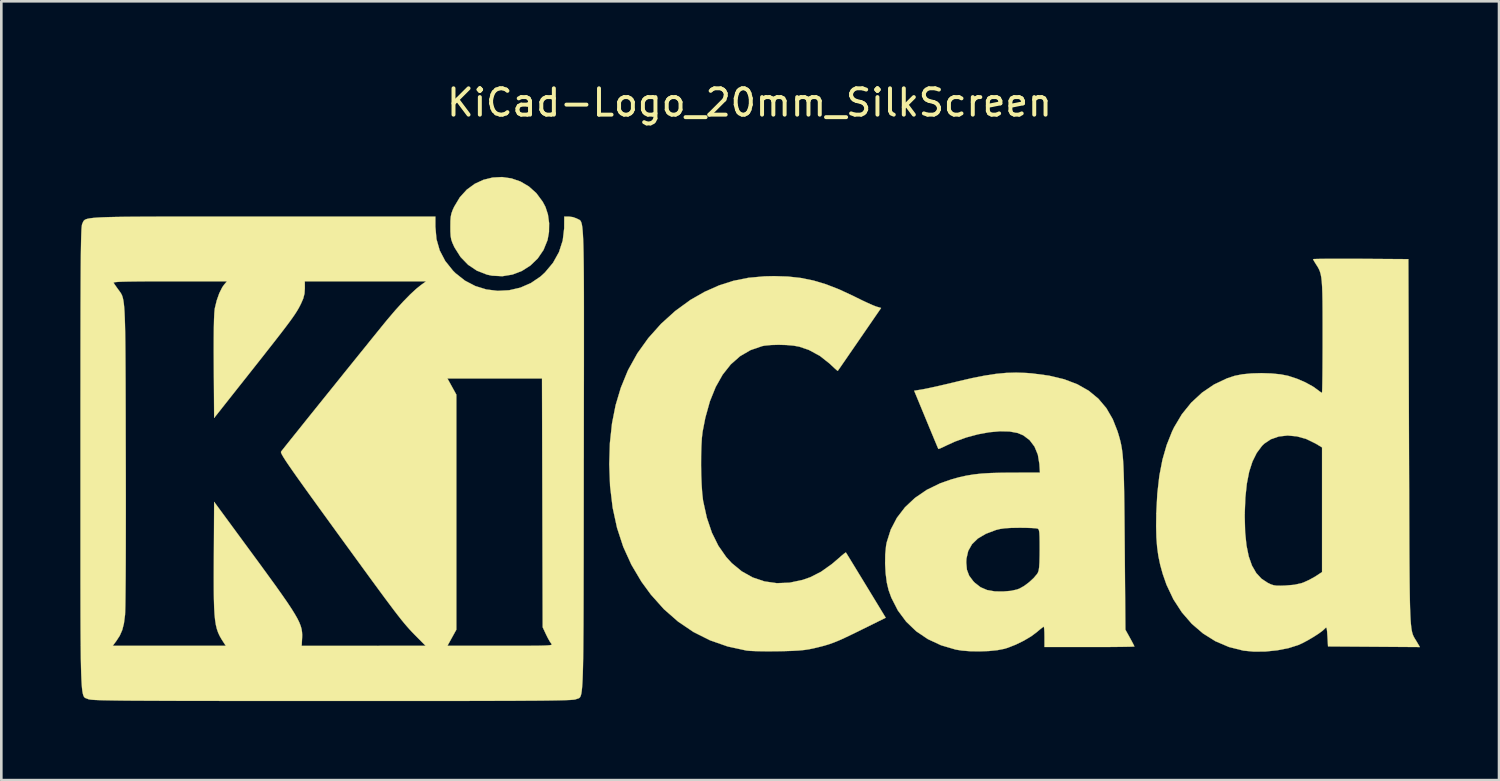
<source format=kicad_pcb>
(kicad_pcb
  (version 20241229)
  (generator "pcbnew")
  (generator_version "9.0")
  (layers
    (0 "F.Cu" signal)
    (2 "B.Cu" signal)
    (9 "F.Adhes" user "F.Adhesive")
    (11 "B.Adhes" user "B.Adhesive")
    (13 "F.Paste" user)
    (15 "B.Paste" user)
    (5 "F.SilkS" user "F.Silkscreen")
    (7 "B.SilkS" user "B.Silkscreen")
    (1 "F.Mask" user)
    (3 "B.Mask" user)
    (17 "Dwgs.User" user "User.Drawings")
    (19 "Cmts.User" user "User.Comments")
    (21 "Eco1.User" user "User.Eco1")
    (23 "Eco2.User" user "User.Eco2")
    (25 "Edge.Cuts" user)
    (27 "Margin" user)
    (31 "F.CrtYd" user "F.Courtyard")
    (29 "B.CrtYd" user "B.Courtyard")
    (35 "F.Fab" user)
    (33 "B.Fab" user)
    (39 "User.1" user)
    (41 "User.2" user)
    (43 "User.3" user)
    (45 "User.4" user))
  (footprint "KiCad-Logo_20mm_SilkScreen"
    (layer "F.Cu")
    (at 25.405 13.548)
    (property "Reference" "KiCad-Logo_20mm_SilkScreen" (at 0 -12.7 0) (layer "F.SilkS") (effects (font (size 1 1) (thickness 0.15))))
    (attr exclude_from_pos_files exclude_from_bom allow_missing_courtyard)
    (fp_poly (pts (xy -9.038 -9.825) (xy -8.696 -9.707) (xy -8.378 -9.52) (xy -8.094 -9.266) (xy -7.854 -8.943) (xy -7.746 -8.74) (xy -7.653 -8.455) (xy -7.608 -8.127) (xy -7.613 -7.79) (xy -7.668 -7.484) (xy -7.82 -7.11) (xy -8.04 -6.786) (xy -8.318 -6.518) (xy -8.641 -6.312) (xy -8.999 -6.175) (xy -9.381 -6.112) (xy -9.775 -6.132) (xy -9.969 -6.173) (xy -10.347 -6.32) (xy -10.683 -6.545) (xy -10.969 -6.84) (xy -11.196 -7.198) (xy -11.216 -7.238) (xy -11.282 -7.385) (xy -11.324 -7.508) (xy -11.346 -7.639) (xy -11.356 -7.807) (xy -11.357 -7.989) (xy -11.355 -8.208) (xy -11.343 -8.366) (xy -11.317 -8.494) (xy -11.271 -8.622) (xy -11.213 -8.748) (xy -10.999 -9.106) (xy -10.735 -9.397) (xy -10.432 -9.619) (xy -10.101 -9.772) (xy -9.751 -9.858) (xy -9.393 -9.876) (xy -9.038 -9.825)) (stroke (width 0.01) (type solid)) (fill yes) (layer "F.SilkS"))
    (fp_poly (pts (xy 1.459 -6.099) (xy 1.95 -6.045) (xy 2.425 -5.949) (xy 2.905 -5.805) (xy 3.408 -5.609) (xy 3.953 -5.355) (xy 4.052 -5.306) (xy 4.277 -5.195) (xy 4.49 -5.095) (xy 4.669 -5.016) (xy 4.793 -4.966) (xy 4.812 -4.96) (xy 4.995 -4.905) (xy 4.177 -3.716) (xy 3.977 -3.425) (xy 3.794 -3.16) (xy 3.635 -2.928) (xy 3.505 -2.74) (xy 3.411 -2.604) (xy 3.359 -2.529) (xy 3.35 -2.517) (xy 3.316 -2.541) (xy 3.231 -2.616) (xy 3.112 -2.727) (xy 3.046 -2.79) (xy 2.671 -3.087) (xy 2.251 -3.314) (xy 1.889 -3.437) (xy 1.672 -3.476) (xy 1.399 -3.5) (xy 1.105 -3.508) (xy 0.819 -3.5) (xy 0.574 -3.476) (xy 0.477 -3.457) (xy 0.037 -3.306) (xy -0.359 -3.075) (xy -0.712 -2.764) (xy -1.02 -2.375) (xy -1.284 -1.907) (xy -1.504 -1.362) (xy -1.678 -0.738) (xy -1.782 -0.205) (xy -1.809 0.031) (xy -1.827 0.335) (xy -1.837 0.686) (xy -1.839 1.062) (xy -1.833 1.442) (xy -1.818 1.802) (xy -1.796 2.122) (xy -1.767 2.38) (xy -1.761 2.42) (xy -1.62 3.06) (xy -1.428 3.626) (xy -1.183 4.122) (xy -0.885 4.549) (xy -0.674 4.78) (xy -0.294 5.093) (xy 0.122 5.325) (xy 0.569 5.475) (xy 1.038 5.542) (xy 1.522 5.523) (xy 2.016 5.418) (xy 2.307 5.316) (xy 2.711 5.111) (xy 3.127 4.816) (xy 3.36 4.617) (xy 3.491 4.502) (xy 3.593 4.418) (xy 3.652 4.377) (xy 3.659 4.376) (xy 3.685 4.417) (xy 3.753 4.527) (xy 3.856 4.696) (xy 3.99 4.915) (xy 4.147 5.173) (xy 4.324 5.462) (xy 4.422 5.623) (xy 5.171 6.854) (xy 4.236 7.316) (xy 3.897 7.482) (xy 3.623 7.613) (xy 3.397 7.715) (xy 3.201 7.795) (xy 3.019 7.86) (xy 2.835 7.916) (xy 2.631 7.968) (xy 2.435 8.015) (xy 2.261 8.051) (xy 2.08 8.078) (xy 1.872 8.098) (xy 1.62 8.112) (xy 1.305 8.122) (xy 1.092 8.126) (xy 0.79 8.129) (xy 0.499 8.128) (xy 0.241 8.122) (xy 0.033 8.113) (xy -0.105 8.101) (xy -0.113 8.1) (xy -0.828 7.945) (xy -1.499 7.711) (xy -2.127 7.396) (xy -2.71 7.002) (xy -3.25 6.529) (xy -3.744 5.976) (xy -4.103 5.485) (xy -4.484 4.842) (xy -4.793 4.163) (xy -5.029 3.443) (xy -5.196 2.675) (xy -5.294 1.855) (xy -5.325 1.023) (xy -5.3 0.218) (xy -5.22 -0.525) (xy -5.083 -1.218) (xy -4.887 -1.874) (xy -4.629 -2.506) (xy -4.598 -2.571) (xy -4.258 -3.183) (xy -3.841 -3.764) (xy -3.358 -4.305) (xy -2.821 -4.791) (xy -2.243 -5.212) (xy -1.703 -5.52) (xy -1.158 -5.762) (xy -0.613 -5.937) (xy -0.044 -6.051) (xy 0.567 -6.107) (xy 0.933 -6.115) (xy 1.459 -6.099)) (stroke (width 0.01) (type solid)) (fill yes) (layer "F.SilkS"))
    (fp_poly (pts (xy 22.685 -6.774) (xy 23.072 -6.772) (xy 23.204 -6.772) (xy 25.013 -6.76) (xy 25.036 0.182) (xy 25.039 1.123) (xy 25.042 1.978) (xy 25.044 2.751) (xy 25.047 3.445) (xy 25.049 4.067) (xy 25.052 4.619) (xy 25.056 5.107) (xy 25.06 5.535) (xy 25.065 5.907) (xy 25.071 6.228) (xy 25.078 6.502) (xy 25.087 6.734) (xy 25.097 6.928) (xy 25.109 7.088) (xy 25.123 7.219) (xy 25.139 7.325) (xy 25.157 7.411) (xy 25.178 7.482) (xy 25.201 7.54) (xy 25.227 7.592) (xy 25.255 7.641) (xy 25.287 7.692) (xy 25.322 7.749) (xy 25.329 7.761) (xy 25.45 7.967) (xy 21.963 7.943) (xy 21.941 7.56) (xy 21.928 7.376) (xy 21.915 7.27) (xy 21.898 7.228) (xy 21.871 7.237) (xy 21.849 7.261) (xy 21.754 7.349) (xy 21.598 7.463) (xy 21.403 7.588) (xy 21.192 7.712) (xy 20.987 7.82) (xy 20.83 7.891) (xy 20.46 8.008) (xy 20.037 8.09) (xy 19.59 8.136) (xy 19.152 8.141) (xy 18.753 8.103) (xy 18.746 8.101) (xy 18.2 7.964) (xy 17.689 7.746) (xy 17.218 7.451) (xy 16.791 7.085) (xy 16.415 6.651) (xy 16.092 6.154) (xy 15.83 5.6) (xy 15.687 5.189) (xy 15.592 4.846) (xy 15.522 4.513) (xy 15.475 4.171) (xy 15.447 3.8) (xy 15.437 3.378) (xy 15.442 3.034) (xy 18.801 3.034) (xy 18.816 3.611) (xy 18.867 4.107) (xy 18.953 4.528) (xy 19.076 4.876) (xy 19.238 5.157) (xy 19.44 5.375) (xy 19.674 5.529) (xy 19.796 5.587) (xy 19.901 5.621) (xy 20.019 5.637) (xy 20.177 5.638) (xy 20.347 5.632) (xy 20.682 5.603) (xy 20.947 5.545) (xy 21.03 5.516) (xy 21.22 5.43) (xy 21.421 5.323) (xy 21.508 5.269) (xy 21.736 5.12) (xy 21.736 0.388) (xy 21.485 0.238) (xy 21.136 0.068) (xy 20.779 -0.032) (xy 20.428 -0.064) (xy 20.095 -0.027) (xy 19.794 0.077) (xy 19.538 0.248) (xy 19.455 0.33) (xy 19.255 0.599) (xy 19.094 0.924) (xy 18.969 1.312) (xy 18.88 1.767) (xy 18.824 2.296) (xy 18.801 2.903) (xy 18.801 3.034) (xy 15.442 3.034) (xy 15.443 2.891) (xy 15.482 2.142) (xy 15.559 1.466) (xy 15.677 0.854) (xy 15.838 0.295) (xy 16.043 -0.219) (xy 16.117 -0.372) (xy 16.413 -0.87) (xy 16.77 -1.312) (xy 17.18 -1.691) (xy 17.636 -2.001) (xy 18.128 -2.234) (xy 18.422 -2.331) (xy 18.712 -2.388) (xy 19.06 -2.422) (xy 19.438 -2.432) (xy 19.817 -2.42) (xy 20.166 -2.385) (xy 20.447 -2.33) (xy 20.781 -2.221) (xy 21.105 -2.081) (xy 21.389 -1.925) (xy 21.54 -1.818) (xy 21.644 -1.739) (xy 21.716 -1.691) (xy 21.733 -1.684) (xy 21.738 -1.728) (xy 21.743 -1.854) (xy 21.747 -2.054) (xy 21.751 -2.318) (xy 21.754 -2.637) (xy 21.756 -3.002) (xy 21.758 -3.406) (xy 21.758 -3.816) (xy 21.758 -4.343) (xy 21.757 -4.786) (xy 21.754 -5.156) (xy 21.748 -5.46) (xy 21.739 -5.706) (xy 21.726 -5.905) (xy 21.708 -6.063) (xy 21.684 -6.189) (xy 21.654 -6.292) (xy 21.617 -6.381) (xy 21.572 -6.463) (xy 21.518 -6.548) (xy 21.511 -6.558) (xy 21.442 -6.668) (xy 21.4 -6.743) (xy 21.394 -6.759) (xy 21.438 -6.764) (xy 21.563 -6.768) (xy 21.76 -6.771) (xy 22.019 -6.773) (xy 22.331 -6.774) (xy 22.685 -6.774)) (stroke (width 0.01) (type solid)) (fill yes) (layer "F.SilkS"))
    (fp_poly (pts (xy 10.502 -2.439) (xy 10.727 -2.422) (xy 11.372 -2.336) (xy 11.944 -2.2) (xy 12.444 -2.01) (xy 12.876 -1.765) (xy 13.243 -1.463) (xy 13.547 -1.103) (xy 13.791 -0.683) (xy 13.97 -0.228) (xy 14.015 -0.082) (xy 14.054 0.054) (xy 14.088 0.188) (xy 14.117 0.327) (xy 14.142 0.479) (xy 14.163 0.651) (xy 14.18 0.851) (xy 14.194 1.085) (xy 14.205 1.362) (xy 14.215 1.687) (xy 14.222 2.069) (xy 14.229 2.516) (xy 14.235 3.033) (xy 14.24 3.629) (xy 14.244 4.097) (xy 14.27 7.306) (xy 14.441 7.615) (xy 14.522 7.764) (xy 14.582 7.879) (xy 14.611 7.941) (xy 14.612 7.945) (xy 14.568 7.95) (xy 14.443 7.954) (xy 14.247 7.958) (xy 13.99 7.961) (xy 13.681 7.964) (xy 13.331 7.965) (xy 12.95 7.966) (xy 12.905 7.966) (xy 11.198 7.966) (xy 11.198 7.579) (xy 11.195 7.404) (xy 11.187 7.27) (xy 11.176 7.199) (xy 11.171 7.192) (xy 11.126 7.22) (xy 11.033 7.293) (xy 10.912 7.395) (xy 10.909 7.398) (xy 10.689 7.562) (xy 10.41 7.727) (xy 10.105 7.876) (xy 9.805 7.994) (xy 9.673 8.034) (xy 9.41 8.085) (xy 9.087 8.118) (xy 8.735 8.131) (xy 8.381 8.126) (xy 8.057 8.1) (xy 7.829 8.063) (xy 7.272 7.899) (xy 6.771 7.666) (xy 6.328 7.367) (xy 5.948 7.003) (xy 5.633 6.579) (xy 5.386 6.096) (xy 5.28 5.804) (xy 5.213 5.519) (xy 5.169 5.178) (xy 5.148 4.811) (xy 5.149 4.757) (xy 8.228 4.757) (xy 8.253 5.03) (xy 8.338 5.257) (xy 8.495 5.467) (xy 8.556 5.529) (xy 8.77 5.695) (xy 9.018 5.802) (xy 9.315 5.854) (xy 9.628 5.858) (xy 9.925 5.833) (xy 10.152 5.783) (xy 10.251 5.746) (xy 10.428 5.646) (xy 10.617 5.504) (xy 10.789 5.345) (xy 10.917 5.193) (xy 10.951 5.137) (xy 10.977 5.059) (xy 10.996 4.934) (xy 11.008 4.751) (xy 11.014 4.498) (xy 11.016 4.257) (xy 11.015 3.976) (xy 11.011 3.773) (xy 11.004 3.634) (xy 10.991 3.547) (xy 10.972 3.498) (xy 10.945 3.473) (xy 10.936 3.469) (xy 10.863 3.457) (xy 10.718 3.448) (xy 10.521 3.441) (xy 10.292 3.438) (xy 10.242 3.438) (xy 9.936 3.443) (xy 9.699 3.457) (xy 9.511 3.484) (xy 9.356 3.522) (xy 8.97 3.668) (xy 8.668 3.847) (xy 8.447 4.062) (xy 8.303 4.317) (xy 8.235 4.613) (xy 8.228 4.757) (xy 5.149 4.757) (xy 5.153 4.45) (xy 5.184 4.126) (xy 5.208 3.995) (xy 5.361 3.51) (xy 5.594 3.063) (xy 5.903 2.66) (xy 6.283 2.304) (xy 6.729 1.999) (xy 7.238 1.751) (xy 7.67 1.6) (xy 7.959 1.52) (xy 8.235 1.459) (xy 8.517 1.413) (xy 8.822 1.38) (xy 9.168 1.36) (xy 9.573 1.349) (xy 9.94 1.346) (xy 11.026 1.343) (xy 11.005 1.016) (xy 10.946 0.662) (xy 10.82 0.358) (xy 10.633 0.11) (xy 10.391 -0.072) (xy 10.177 -0.161) (xy 9.87 -0.217) (xy 9.506 -0.225) (xy 9.1 -0.188) (xy 8.67 -0.109) (xy 8.232 0.009) (xy 7.805 0.164) (xy 7.495 0.305) (xy 7.345 0.377) (xy 7.231 0.428) (xy 7.173 0.447) (xy 7.17 0.447) (xy 7.15 0.403) (xy 7.1 0.285) (xy 7.025 0.106) (xy 6.93 -0.123) (xy 6.818 -0.392) (xy 6.705 -0.666) (xy 6.251 -1.764) (xy 6.574 -1.817) (xy 6.714 -1.844) (xy 6.924 -1.889) (xy 7.186 -1.947) (xy 7.483 -2.016) (xy 7.796 -2.09) (xy 7.92 -2.121) (xy 8.46 -2.246) (xy 8.932 -2.339) (xy 9.355 -2.404) (xy 9.745 -2.441) (xy 10.122 -2.452) (xy 10.502 -2.439)) (stroke (width 0.01) (type solid)) (fill yes) (layer "F.SilkS"))
    (fp_poly (pts (xy -19.746 -8.376) (xy -18.869 -8.376) (xy -18.461 -8.376) (xy -11.926 -8.376) (xy -11.926 -7.99) (xy -11.885 -7.522) (xy -11.761 -7.089) (xy -11.553 -6.691) (xy -11.259 -6.324) (xy -11.16 -6.225) (xy -10.803 -5.943) (xy -10.409 -5.738) (xy -9.991 -5.609) (xy -9.559 -5.556) (xy -9.126 -5.579) (xy -8.702 -5.677) (xy -8.301 -5.851) (xy -7.933 -6.101) (xy -7.768 -6.252) (xy -7.46 -6.621) (xy -7.234 -7.027) (xy -7.092 -7.466) (xy -7.036 -7.931) (xy -7.036 -7.977) (xy -7.033 -8.376) (xy -6.858 -8.376) (xy -6.702 -8.355) (xy -6.561 -8.303) (xy -6.551 -8.298) (xy -6.519 -8.281) (xy -6.49 -8.268) (xy -6.463 -8.255) (xy -6.438 -8.238) (xy -6.416 -8.214) (xy -6.396 -8.178) (xy -6.378 -8.127) (xy -6.362 -8.057) (xy -6.348 -7.964) (xy -6.336 -7.845) (xy -6.325 -7.695) (xy -6.316 -7.512) (xy -6.308 -7.29) (xy -6.302 -7.027) (xy -6.297 -6.719) (xy -6.293 -6.361) (xy -6.29 -5.951) (xy -6.288 -5.484) (xy -6.287 -4.957) (xy -6.287 -4.365) (xy -6.287 -3.705) (xy -6.287 -2.974) (xy -6.288 -2.167) (xy -6.29 -1.281) (xy -6.291 -0.312) (xy -6.292 0.744) (xy -6.293 0.873) (xy -6.294 1.935) (xy -6.295 2.911) (xy -6.296 3.803) (xy -6.297 4.615) (xy -6.299 5.352) (xy -6.3 6.016) (xy -6.302 6.611) (xy -6.304 7.142) (xy -6.308 7.613) (xy -6.311 8.026) (xy -6.316 8.385) (xy -6.322 8.695) (xy -6.329 8.96) (xy -6.337 9.182) (xy -6.347 9.366) (xy -6.358 9.515) (xy -6.37 9.634) (xy -6.384 9.726) (xy -6.401 9.795) (xy -6.419 9.844) (xy -6.439 9.877) (xy -6.462 9.899) (xy -6.486 9.913) (xy -6.514 9.922) (xy -6.544 9.931) (xy -6.576 9.942) (xy -6.584 9.946) (xy -6.609 9.954) (xy -6.651 9.962) (xy -6.713 9.968) (xy -6.8 9.975) (xy -6.914 9.98) (xy -7.06 9.985) (xy -7.241 9.99) (xy -7.46 9.994) (xy -7.722 9.998) (xy -8.03 10.001) (xy -8.388 10.003) (xy -8.8 10.006) (xy -9.268 10.008) (xy -9.797 10.009) (xy -10.39 10.011) (xy -11.051 10.012) (xy -11.784 10.012) (xy -12.593 10.013) (xy -13.48 10.013) (xy -14.45 10.013) (xy -15.506 10.013) (xy -15.848 10.013) (xy -16.927 10.013) (xy -17.919 10.013) (xy -18.828 10.012) (xy -19.656 10.012) (xy -20.409 10.011) (xy -21.089 10.01) (xy -21.699 10.009) (xy -22.245 10.007) (xy -22.73 10.005) (xy -23.156 10.003) (xy -23.529 10.001) (xy -23.851 9.998) (xy -24.126 9.994) (xy -24.359 9.99) (xy -24.552 9.986) (xy -24.709 9.981) (xy -24.835 9.976) (xy -24.933 9.97) (xy -25.006 9.963) (xy -25.058 9.956) (xy -25.093 9.948) (xy -25.112 9.941) (xy -25.146 9.927) (xy -25.178 9.916) (xy -25.206 9.905) (xy -25.232 9.891) (xy -25.256 9.869) (xy -25.277 9.836) (xy -25.296 9.788) (xy -25.313 9.721) (xy -25.329 9.631) (xy -25.342 9.515) (xy -25.353 9.369) (xy -25.363 9.189) (xy -25.372 8.972) (xy -25.379 8.713) (xy -25.385 8.409) (xy -25.389 8.056) (xy -25.39 7.92) (xy -24.176 7.92) (xy -19.882 7.92) (xy -19.964 7.795) (xy -20.046 7.667) (xy -20.116 7.544) (xy -20.174 7.419) (xy -20.221 7.283) (xy -20.259 7.128) (xy -20.288 6.944) (xy -20.31 6.724) (xy -20.325 6.458) (xy -20.334 6.138) (xy -20.338 5.757) (xy -20.339 5.304) (xy -20.337 4.771) (xy -20.336 4.573) (xy -20.325 2.454) (xy -18.982 4.282) (xy -18.601 4.8) (xy -18.272 5.252) (xy -17.989 5.642) (xy -17.751 5.978) (xy -17.552 6.264) (xy -17.39 6.508) (xy -17.262 6.714) (xy -17.162 6.889) (xy -17.089 7.039) (xy -17.038 7.17) (xy -17.006 7.287) (xy -16.989 7.398) (xy -16.983 7.507) (xy -16.986 7.621) (xy -16.987 7.635) (xy -17.002 7.921) (xy -14.649 7.921) (xy -12.296 7.92) (xy -12.646 7.567) (xy -12.741 7.471) (xy -12.831 7.377) (xy -12.92 7.281) (xy -13.012 7.176) (xy -13.112 7.059) (xy -13.222 6.924) (xy -13.347 6.765) (xy -13.491 6.578) (xy -13.657 6.357) (xy -13.851 6.098) (xy -14.075 5.794) (xy -14.334 5.441) (xy -14.631 5.034) (xy -14.971 4.567) (xy -15.358 4.036) (xy -15.675 3.6) (xy -16.072 3.052) (xy -16.419 2.573) (xy -16.718 2.159) (xy -16.973 1.804) (xy -17.187 1.504) (xy -17.362 1.255) (xy -17.502 1.052) (xy -17.611 0.891) (xy -17.69 0.766) (xy -17.744 0.674) (xy -17.776 0.61) (xy -17.788 0.569) (xy -17.784 0.548) (xy -17.74 0.491) (xy -17.644 0.37) (xy -17.503 0.193) (xy -17.322 -0.033) (xy -17.106 -0.302) (xy -16.863 -0.606) (xy -16.597 -0.937) (xy -16.314 -1.289) (xy -16.02 -1.654) (xy -15.72 -2.026) (xy -15.556 -2.23) (xy -11.469 -2.23) (xy -11.13 -1.616) (xy -11.13 7.306) (xy -11.469 7.92) (xy -9.46 7.92) (xy -8.981 7.92) (xy -8.584 7.92) (xy -8.264 7.918) (xy -8.012 7.916) (xy -7.821 7.912) (xy -7.683 7.906) (xy -7.59 7.898) (xy -7.536 7.888) (xy -7.512 7.875) (xy -7.51 7.859) (xy -7.524 7.84) (xy -7.524 7.84) (xy -7.582 7.757) (xy -7.658 7.622) (xy -7.725 7.487) (xy -7.852 7.215) (xy -7.865 2.492) (xy -7.878 -2.23) (xy -11.469 -2.23) (xy -15.556 -2.23) (xy -15.422 -2.397) (xy -15.129 -2.76) (xy -14.849 -3.107) (xy -14.586 -3.432) (xy -14.348 -3.728) (xy -14.138 -3.987) (xy -13.964 -4.202) (xy -13.831 -4.365) (xy -13.752 -4.461) (xy -13.448 -4.818) (xy -13.156 -5.14) (xy -12.885 -5.417) (xy -12.646 -5.638) (xy -12.477 -5.773) (xy -12.277 -5.918) (xy -16.883 -5.918) (xy -16.882 -5.647) (xy -16.895 -5.449) (xy -16.943 -5.264) (xy -17.018 -5.09) (xy -17.067 -4.991) (xy -17.119 -4.893) (xy -17.18 -4.79) (xy -17.254 -4.674) (xy -17.346 -4.54) (xy -17.461 -4.381) (xy -17.603 -4.191) (xy -17.778 -3.962) (xy -17.99 -3.689) (xy -18.244 -3.365) (xy -18.544 -2.983) (xy -18.896 -2.537) (xy -18.936 -2.487) (xy -20.325 -0.731) (xy -20.338 -2.676) (xy -20.341 -3.258) (xy -20.34 -3.751) (xy -20.336 -4.157) (xy -20.329 -4.476) (xy -20.318 -4.711) (xy -20.304 -4.862) (xy -20.3 -4.891) (xy -20.226 -5.195) (xy -20.129 -5.468) (xy -20.019 -5.688) (xy -19.953 -5.782) (xy -19.839 -5.918) (xy -22.007 -5.918) (xy -22.525 -5.917) (xy -22.957 -5.916) (xy -23.312 -5.913) (xy -23.594 -5.909) (xy -23.81 -5.904) (xy -23.967 -5.897) (xy -24.07 -5.888) (xy -24.127 -5.877) (xy -24.143 -5.864) (xy -24.142 -5.861) (xy -24.096 -5.791) (xy -24.019 -5.681) (xy -23.98 -5.626) (xy -23.938 -5.57) (xy -23.902 -5.52) (xy -23.869 -5.472) (xy -23.839 -5.419) (xy -23.813 -5.358) (xy -23.791 -5.283) (xy -23.771 -5.189) (xy -23.754 -5.072) (xy -23.74 -4.927) (xy -23.728 -4.748) (xy -23.718 -4.532) (xy -23.71 -4.272) (xy -23.703 -3.964) (xy -23.698 -3.604) (xy -23.694 -3.186) (xy -23.691 -2.706) (xy -23.688 -2.158) (xy -23.686 -1.537) (xy -23.684 -0.84) (xy -23.683 -0.061) (xy -23.681 0.656) (xy -23.679 1.454) (xy -23.678 2.216) (xy -23.678 2.936) (xy -23.679 3.61) (xy -23.68 4.232) (xy -23.682 4.799) (xy -23.685 5.304) (xy -23.689 5.744) (xy -23.693 6.113) (xy -23.697 6.406) (xy -23.703 6.619) (xy -23.708 6.746) (xy -23.71 6.76) (xy -23.75 7.069) (xy -23.813 7.318) (xy -23.908 7.535) (xy -24.047 7.749) (xy -24.065 7.772) (xy -24.176 7.92) (xy -25.39 7.92) (xy -25.393 7.65) (xy -25.396 7.188) (xy -25.398 6.666) (xy -25.399 6.079) (xy -25.4 5.425) (xy -25.4 4.7) (xy -25.4 3.899) (xy -25.4 3.019) (xy -25.4 2.056) (xy -25.4 1.007) (xy -25.4 0.799) (xy -25.4 -0.261) (xy -25.4 -1.234) (xy -25.399 -2.124) (xy -25.399 -2.933) (xy -25.398 -3.667) (xy -25.397 -4.328) (xy -25.396 -4.921) (xy -25.394 -5.448) (xy -25.392 -5.915) (xy -25.39 -6.324) (xy -25.387 -6.679) (xy -25.384 -6.985) (xy -25.38 -7.244) (xy -25.376 -7.461) (xy -25.371 -7.639) (xy -25.366 -7.782) (xy -25.361 -7.894) (xy -25.354 -7.978) (xy -25.347 -8.039) (xy -25.34 -8.079) (xy -25.331 -8.103) (xy -25.331 -8.104) (xy -25.314 -8.141) (xy -25.3 -8.174) (xy -25.284 -8.204) (xy -25.262 -8.231) (xy -25.23 -8.255) (xy -25.183 -8.277) (xy -25.118 -8.295) (xy -25.029 -8.311) (xy -24.912 -8.325) (xy -24.763 -8.337) (xy -24.577 -8.347) (xy -24.35 -8.355) (xy -24.079 -8.361) (xy -23.757 -8.366) (xy -23.381 -8.37) (xy -22.947 -8.372) (xy -22.45 -8.374) (xy -21.886 -8.375) (xy -21.25 -8.376) (xy -20.538 -8.376) (xy -19.746 -8.376)) (stroke (width 0.01) (type solid)) (fill yes) (layer "F.SilkS")))
  (gr_rect
    (start -3 -3)
    (end 53.86 26.567)
    (stroke (width 0.1) (type default))
    (fill no)
    (layer "Edge.Cuts")))
</source>
